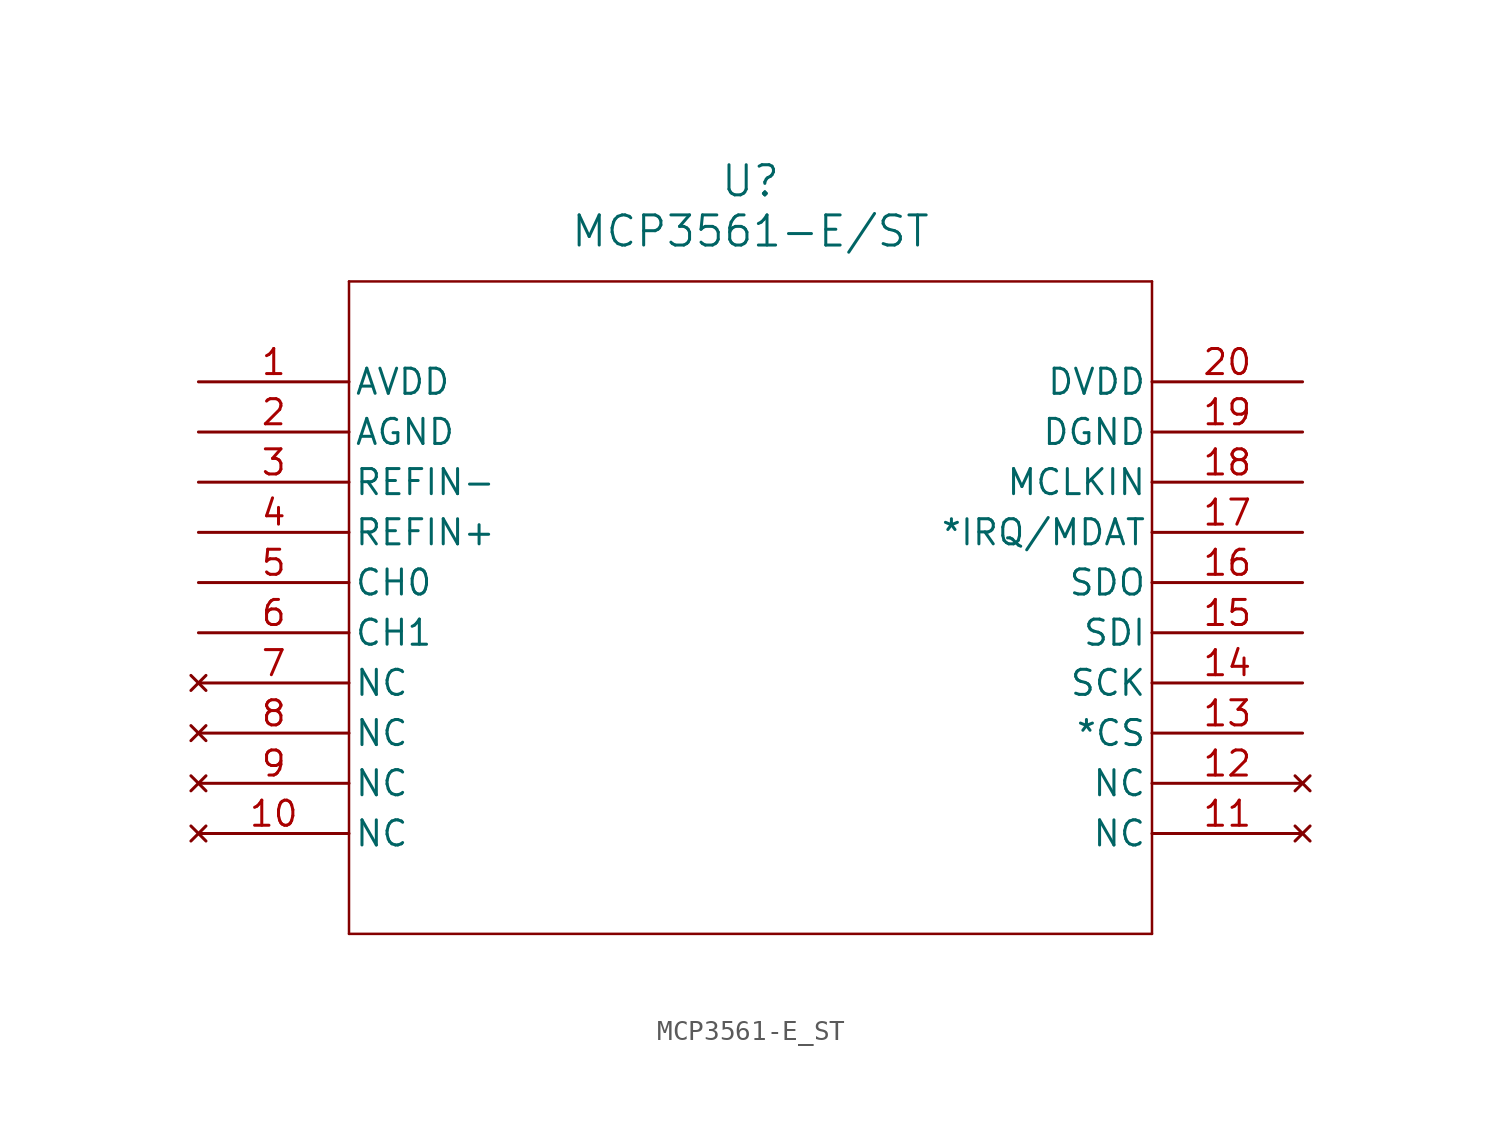
<source format=kicad_sym>
(kicad_symbol_lib
  (version 20211014)
  (generator kicad_symbol_editor)
  (symbol "MCP3561-E_ST"
    (pin_names
      (offset 0.254))
    (property "Reference" "U"
      (at 27.94 10.16 0)
      (effects (font (size 1.524 1.524))))
    (property "Value" "MCP3561-E/ST"
      (at 27.94 7.62 0)
      (effects (font (size 1.524 1.524))))
    (symbol "MCP3561-E_ST_0_1"
      (polyline (pts (xy 7.62 5.08) (xy 7.62 -27.94)) (stroke (width 0.127) (type default) (color 0 0 0 0)) (fill (type none)))
      (polyline (pts (xy 7.62 -27.94) (xy 48.26 -27.94)) (stroke (width 0.127) (type default) (color 0 0 0 0)) (fill (type none)))
      (polyline (pts (xy 48.26 -27.94) (xy 48.26 5.08)) (stroke (width 0.127) (type default) (color 0 0 0 0)) (fill (type none)))
      (polyline (pts (xy 48.26 5.08) (xy 7.62 5.08)) (stroke (width 0.127) (type default) (color 0 0 0 0)) (fill (type none)))
      (pin power_in line (at 0 0 0) (length 7.62) (name "AVDD" (effects (font (size 1.27 1.27)))) (number "1" (effects (font (size 1.27 1.27)))))
      (pin power_out line (at 0 -2.54 0) (length 7.62) (name "AGND" (effects (font (size 1.27 1.27)))) (number "2" (effects (font (size 1.27 1.27)))))
      (pin input line (at 0 -5.08 0) (length 7.62) (name "REFIN-" (effects (font (size 1.27 1.27)))) (number "3" (effects (font (size 1.27 1.27)))))
      (pin input line (at 0 -7.62 0) (length 7.62) (name "REFIN+" (effects (font (size 1.27 1.27)))) (number "4" (effects (font (size 1.27 1.27)))))
      (pin input line (at 0 -10.16 0) (length 7.62) (name "CH0" (effects (font (size 1.27 1.27)))) (number "5" (effects (font (size 1.27 1.27)))))
      (pin input line (at 0 -12.7 0) (length 7.62) (name "CH1" (effects (font (size 1.27 1.27)))) (number "6" (effects (font (size 1.27 1.27)))))
      (pin no_connect line (at 0 -15.24 0) (length 7.62) (name "NC" (effects (font (size 1.27 1.27)))) (number "7" (effects (font (size 1.27 1.27)))))
      (pin no_connect line (at 0 -17.78 0) (length 7.62) (name "NC" (effects (font (size 1.27 1.27)))) (number "8" (effects (font (size 1.27 1.27)))))
      (pin no_connect line (at 0 -20.32 0) (length 7.62) (name "NC" (effects (font (size 1.27 1.27)))) (number "9" (effects (font (size 1.27 1.27)))))
      (pin no_connect line (at 0 -22.86 0) (length 7.62) (name "NC" (effects (font (size 1.27 1.27)))) (number "10" (effects (font (size 1.27 1.27)))))
      (pin no_connect line (at 55.88 -22.86 180) (length 7.62) (name "NC" (effects (font (size 1.27 1.27)))) (number "11" (effects (font (size 1.27 1.27)))))
      (pin no_connect line (at 55.88 -20.32 180) (length 7.62) (name "NC" (effects (font (size 1.27 1.27)))) (number "12" (effects (font (size 1.27 1.27)))))
      (pin input line (at 55.88 -17.78 180) (length 7.62) (name "*CS" (effects (font (size 1.27 1.27)))) (number "13" (effects (font (size 1.27 1.27)))))
      (pin input line (at 55.88 -15.24 180) (length 7.62) (name "SCK" (effects (font (size 1.27 1.27)))) (number "14" (effects (font (size 1.27 1.27)))))
      (pin input line (at 55.88 -12.7 180) (length 7.62) (name "SDI" (effects (font (size 1.27 1.27)))) (number "15" (effects (font (size 1.27 1.27)))))
      (pin output line (at 55.88 -10.16 180) (length 7.62) (name "SDO" (effects (font (size 1.27 1.27)))) (number "16" (effects (font (size 1.27 1.27)))))
      (pin output line (at 55.88 -7.62 180) (length 7.62) (name "*IRQ/MDAT" (effects (font (size 1.27 1.27)))) (number "17" (effects (font (size 1.27 1.27)))))
      (pin bidirectional line (at 55.88 -5.08 180) (length 7.62) (name "MCLKIN" (effects (font (size 1.27 1.27)))) (number "18" (effects (font (size 1.27 1.27)))))
      (pin power_out line (at 55.88 -2.54 180) (length 7.62) (name "DGND" (effects (font (size 1.27 1.27)))) (number "19" (effects (font (size 1.27 1.27)))))
      (pin power_in line (at 55.88 0 180) (length 7.62) (name "DVDD" (effects (font (size 1.27 1.27)))) (number "20" (effects (font (size 1.27 1.27))))))))
</source>
